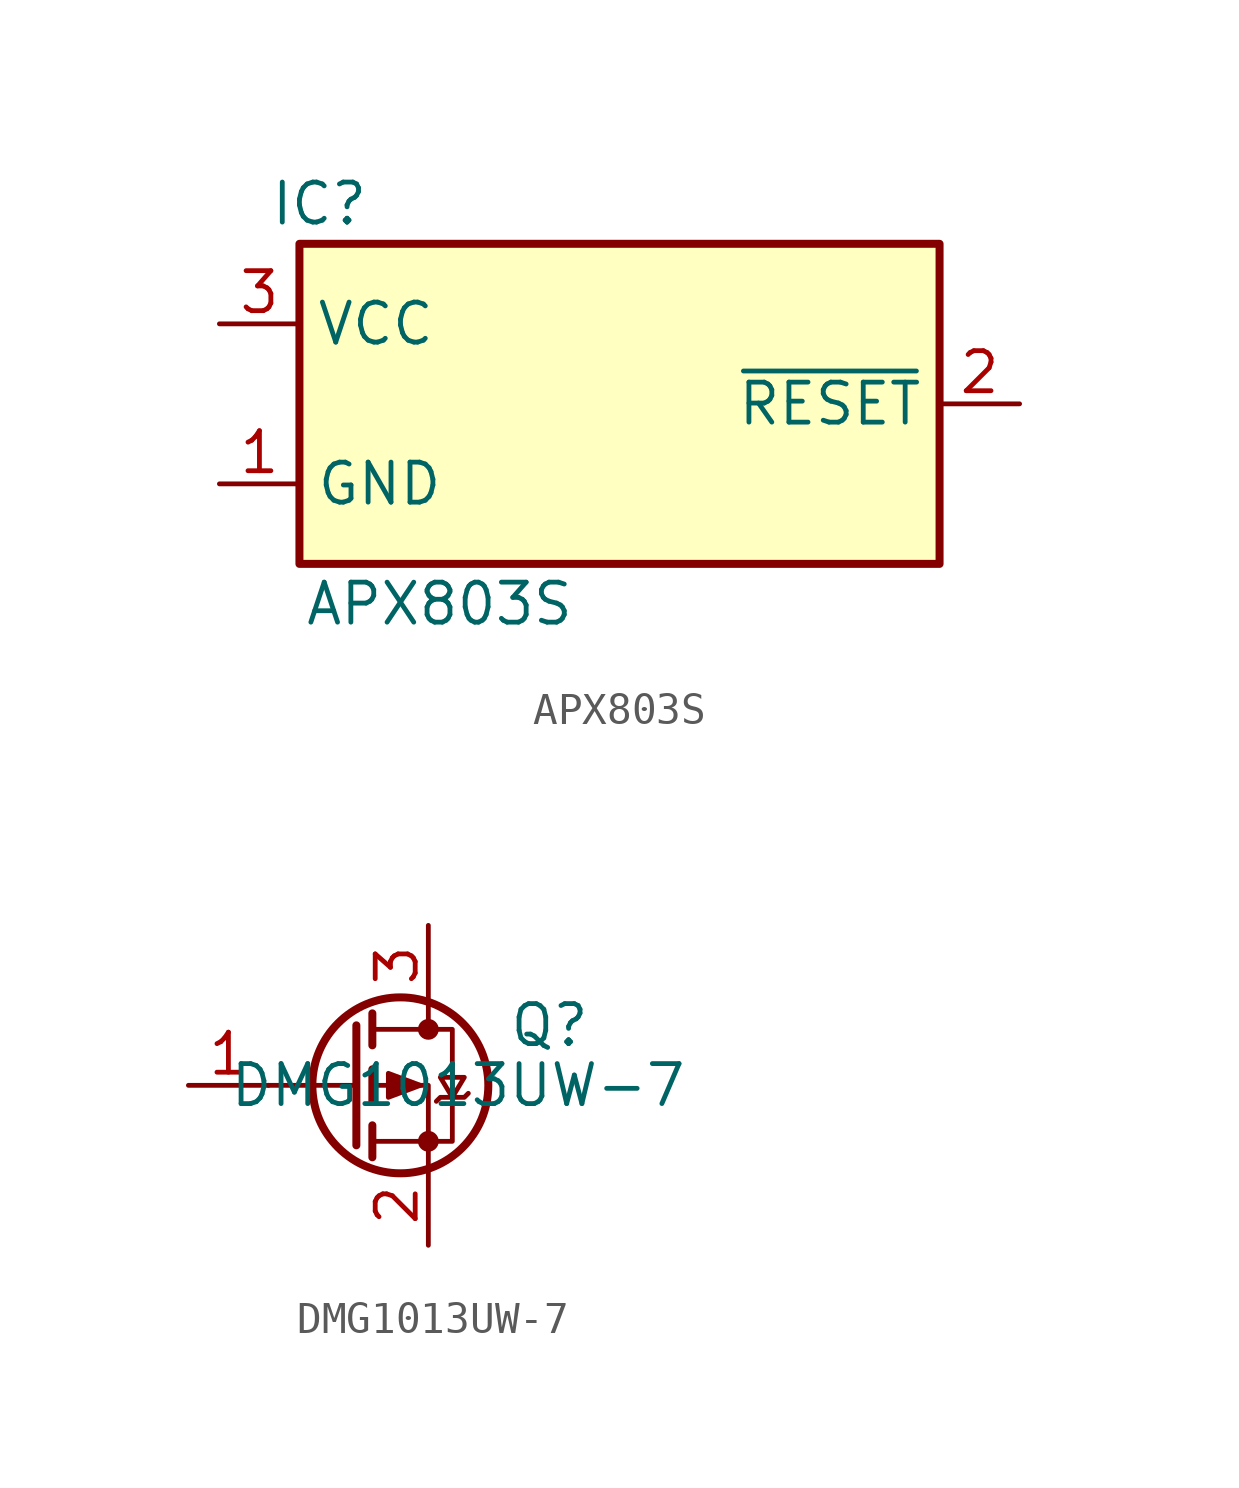
<source format=kicad_sym>
(kicad_symbol_lib
  (version 20220914)
  (generator kicad_symbol_editor)
  (symbol "APX803S"
    (property "Reference" "IC"
      (at -9.525 6.35 0)
      (effects (font (size 1.27 1.27))))
    (property "Value" "APX803S"
      (at -5.715 -6.35 0)
      (effects (font (size 1.27 1.27))))
    (symbol "APX803S_1_0"
      (pin passive line (at -12.7 -2.54 0) (length 2.54) (name "GND" (effects (font (size 1.27 1.27)))) (number "1" (effects (font (size 1.27 1.27)))))
      (pin output line (at 12.7 0 180) (length 2.54) (name "~{RESET}" (effects (font (size 1.27 1.27)))) (number "2" (effects (font (size 1.27 1.27)))))
      (pin power_in line (at -12.7 2.54 0) (length 2.54) (name "VCC" (effects (font (size 1.27 1.27)))) (number "3" (effects (font (size 1.27 1.27))))))
    (symbol "APX803S_1_1"
      (rectangle (start -10.16 5.08) (end 10.16 -5.08) (stroke (width 0.254) (type default)) (fill (type background)))))
  (symbol "DMG1013UW-7"
    (pin_names hide)
    (property "Reference" "Q"
      (at 2.54 1.905 0)
      (effects (font (size 1.27 1.27)) (justify left)))
    (property "Value" "DMG1013UW-7"
      (at -6.35 0 0)
      (effects (font (size 1.27 1.27)) (justify left)))
    (symbol "DMG1013UW-7_0_1"
      (circle (center -0.889 0) (radius 2.794) (stroke (width 0.254) (type solid)) (fill (type none)))
      (circle (center 0 -1.778) (radius 0.254) (stroke (width 0) (type solid)) (fill (type outline)))
      (polyline (pts (xy -2.286 0) (xy -5.08 0)) (stroke (width 0) (type solid)) (fill (type none)))
      (polyline (pts (xy -2.286 1.905) (xy -2.286 -1.905)) (stroke (width 0.254) (type solid)) (fill (type none)))
      (polyline (pts (xy -1.778 -1.27) (xy -1.778 -2.286)) (stroke (width 0.254) (type solid)) (fill (type none)))
      (polyline (pts (xy -1.778 0.508) (xy -1.778 -0.508)) (stroke (width 0.254) (type solid)) (fill (type none)))
      (polyline (pts (xy -1.778 2.286) (xy -1.778 1.27)) (stroke (width 0.254) (type solid)) (fill (type none)))
      (polyline (pts (xy 0 2.54) (xy 0 1.778)) (stroke (width 0) (type solid)) (fill (type none)))
      (polyline (pts (xy 0 -2.54) (xy 0 0) (xy -1.778 0)) (stroke (width 0) (type solid)) (fill (type none)))
      (polyline (pts (xy -1.778 1.778) (xy 0.762 1.778) (xy 0.762 -1.778) (xy -1.778 -1.778)) (stroke (width 0) (type solid)) (fill (type none)))
      (polyline (pts (xy -0.254 0) (xy -1.27 0.381) (xy -1.27 -0.381) (xy -0.254 0)) (stroke (width 0) (type solid)) (fill (type outline)))
      (polyline (pts (xy 0.254 -0.508) (xy 0.381 -0.381) (xy 1.143 -0.381) (xy 1.27 -0.254)) (stroke (width 0) (type solid)) (fill (type none)))
      (polyline (pts (xy 0.762 -0.381) (xy 0.381 0.254) (xy 1.143 0.254) (xy 0.762 -0.381)) (stroke (width 0) (type solid)) (fill (type none)))
      (circle (center 0 1.778) (radius 0.254) (stroke (width 0) (type solid)) (fill (type outline))))
    (symbol "DMG1013UW-7_1_1"
      (pin input line (at -7.62 0 0) (length 2.54) (name "G" (effects (font (size 1.27 1.27)))) (number "1" (effects (font (size 1.27 1.27)))))
      (pin passive line (at 0 -5.08 90) (length 2.54) (name "S" (effects (font (size 1.27 1.27)))) (number "2" (effects (font (size 1.27 1.27)))))
      (pin passive line (at 0 5.08 270) (length 2.54) (name "D" (effects (font (size 1.27 1.27)))) (number "3" (effects (font (size 1.27 1.27))))))))
</source>
